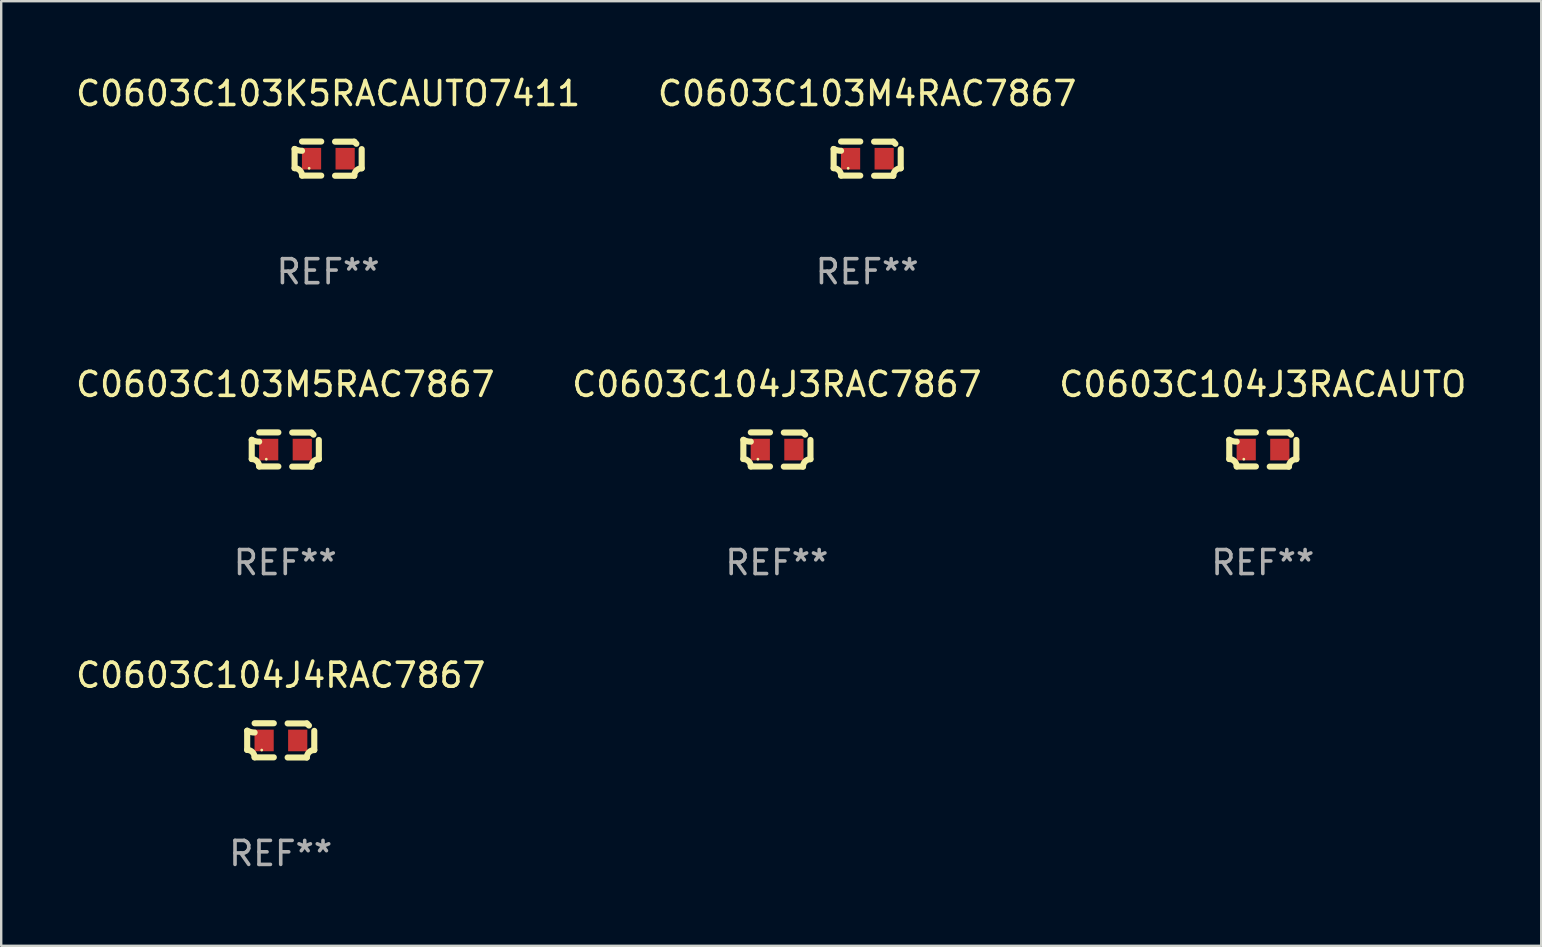
<source format=kicad_pcb>
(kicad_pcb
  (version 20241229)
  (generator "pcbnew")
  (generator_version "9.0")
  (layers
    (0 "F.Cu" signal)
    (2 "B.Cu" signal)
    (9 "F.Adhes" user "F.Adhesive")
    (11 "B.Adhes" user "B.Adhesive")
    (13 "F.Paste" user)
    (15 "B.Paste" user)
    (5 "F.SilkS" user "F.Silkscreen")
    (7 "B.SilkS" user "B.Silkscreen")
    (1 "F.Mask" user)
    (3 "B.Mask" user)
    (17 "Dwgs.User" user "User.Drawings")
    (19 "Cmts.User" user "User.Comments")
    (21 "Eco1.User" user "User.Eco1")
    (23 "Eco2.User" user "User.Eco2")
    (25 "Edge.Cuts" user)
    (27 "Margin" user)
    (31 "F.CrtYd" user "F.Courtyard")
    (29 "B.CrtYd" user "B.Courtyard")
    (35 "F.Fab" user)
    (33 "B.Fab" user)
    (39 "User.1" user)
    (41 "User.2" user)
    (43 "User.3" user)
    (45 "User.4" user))
  (footprint "C0603C104J3RACAUTO"
    (layer "F.Cu")
    (at 49.577 15.683)
    (property "Reference" "C0603C104J3RACAUTO" (at 0 -2.713 0) (layer "F.SilkS") (effects (font (size 1 1) (thickness 0.15))))
    (attr through_hole)
    (fp_line (start -1.398 -0.403) (end -1.398 0.397) (stroke (width 0.254) (type solid)) (layer "F.SilkS"))
    (fp_line (start -0.288 -0.713) (end -1.088 -0.713) (stroke (width 0.254) (type solid)) (layer "F.SilkS"))
    (fp_line (start -0.288 0.707) (end -1.088 0.707) (stroke (width 0.254) (type solid)) (layer "F.SilkS"))
    (fp_line (start 0.288 -0.707) (end 1.088 -0.707) (stroke (width 0.254) (type solid)) (layer "F.SilkS"))
    (fp_line (start 0.288 0.713) (end 1.088 0.713) (stroke (width 0.254) (type solid)) (layer "F.SilkS"))
    (fp_line (start 1.398 -0.397) (end 1.398 0.403) (stroke (width 0.254) (type solid)) (layer "F.SilkS"))
    (fp_arc (start -1.397789 0.397066) (mid -1.178701 0.487826) (end -1.08796 0.706922) (stroke (width 0.254001) (type solid)) (layer "F.SilkS"))
    (fp_arc (start -1.08796 -0.327176) (mid -1.247436 -0.346384) (end -1.39779 -0.402908) (stroke (width 0.254001) (type solid)) (layer "F.SilkS"))
    (fp_arc (start 1.087909 0.712738) (mid 1.178656 0.493655) (end 1.397739 0.402908) (stroke (width 0.254001) (type solid)) (layer "F.SilkS"))
    (fp_arc (start 1.175925 -0.618926) (mid 1.131917 -0.662923) (end 1.08791 -0.706922) (stroke (width 0.254001) (type solid)) (layer "F.SilkS"))
    (fp_circle (center -0.792 0.403) (end -0.762 0.403) (stroke (width 0.06) (type solid)) (fill no) (layer "F.SilkS"))
    (fp_text user "REF**" (at 0 4.713 0) (layer "F.Fab") (effects (font (size 1 1) (thickness 0.15))))
    (pad "1" smd rect (at -0.692 0.003) (size 0.8 0.9) (layers "F.Cu" "F.Mask" "F.Paste"))
    (pad "2" smd rect (at 0.708 0.003) (size 0.8 0.9) (layers "F.Cu" "F.Mask" "F.Paste")))
  (footprint "C0603C104J3RAC7867"
    (layer "F.Cu")
    (at 29.327 15.683)
    (property "Reference" "C0603C104J3RAC7867" (at 0 -2.713 0) (layer "F.SilkS") (effects (font (size 1 1) (thickness 0.15))))
    (attr through_hole)
    (fp_line (start -1.398 -0.403) (end -1.398 0.397) (stroke (width 0.254) (type solid)) (layer "F.SilkS"))
    (fp_line (start -0.288 -0.713) (end -1.088 -0.713) (stroke (width 0.254) (type solid)) (layer "F.SilkS"))
    (fp_line (start -0.288 0.707) (end -1.088 0.707) (stroke (width 0.254) (type solid)) (layer "F.SilkS"))
    (fp_line (start 0.288 -0.707) (end 1.088 -0.707) (stroke (width 0.254) (type solid)) (layer "F.SilkS"))
    (fp_line (start 0.288 0.713) (end 1.088 0.713) (stroke (width 0.254) (type solid)) (layer "F.SilkS"))
    (fp_line (start 1.398 -0.397) (end 1.398 0.403) (stroke (width 0.254) (type solid)) (layer "F.SilkS"))
    (fp_arc (start -1.397789 0.397066) (mid -1.178701 0.487826) (end -1.08796 0.706922) (stroke (width 0.254001) (type solid)) (layer "F.SilkS"))
    (fp_arc (start -1.08796 -0.327176) (mid -1.247436 -0.346384) (end -1.39779 -0.402908) (stroke (width 0.254001) (type solid)) (layer "F.SilkS"))
    (fp_arc (start 1.087909 0.712738) (mid 1.178656 0.493655) (end 1.397739 0.402908) (stroke (width 0.254001) (type solid)) (layer "F.SilkS"))
    (fp_arc (start 1.175925 -0.618926) (mid 1.131917 -0.662923) (end 1.08791 -0.706922) (stroke (width 0.254001) (type solid)) (layer "F.SilkS"))
    (fp_circle (center -0.792 0.403) (end -0.762 0.403) (stroke (width 0.06) (type solid)) (fill no) (layer "F.SilkS"))
    (fp_text user "REF**" (at 0 4.713 0) (layer "F.Fab") (effects (font (size 1 1) (thickness 0.15))))
    (pad "1" smd rect (at -0.692 0.003) (size 0.8 0.9) (layers "F.Cu" "F.Mask" "F.Paste"))
    (pad "2" smd rect (at 0.708 0.003) (size 0.8 0.9) (layers "F.Cu" "F.Mask" "F.Paste")))
  (footprint "C0603C103M5RAC7867"
    (layer "F.Cu")
    (at 8.839 15.683)
    (property "Reference" "C0603C103M5RAC7867" (at 0 -2.713 0) (layer "F.SilkS") (effects (font (size 1 1) (thickness 0.15))))
    (attr through_hole)
    (fp_line (start -1.398 -0.403) (end -1.398 0.397) (stroke (width 0.254) (type solid)) (layer "F.SilkS"))
    (fp_line (start -0.288 -0.713) (end -1.088 -0.713) (stroke (width 0.254) (type solid)) (layer "F.SilkS"))
    (fp_line (start -0.288 0.707) (end -1.088 0.707) (stroke (width 0.254) (type solid)) (layer "F.SilkS"))
    (fp_line (start 0.288 -0.707) (end 1.088 -0.707) (stroke (width 0.254) (type solid)) (layer "F.SilkS"))
    (fp_line (start 0.288 0.713) (end 1.088 0.713) (stroke (width 0.254) (type solid)) (layer "F.SilkS"))
    (fp_line (start 1.398 -0.397) (end 1.398 0.403) (stroke (width 0.254) (type solid)) (layer "F.SilkS"))
    (fp_arc (start -1.397789 0.397066) (mid -1.178701 0.487826) (end -1.08796 0.706922) (stroke (width 0.254001) (type solid)) (layer "F.SilkS"))
    (fp_arc (start -1.08796 -0.327176) (mid -1.247436 -0.346384) (end -1.39779 -0.402908) (stroke (width 0.254001) (type solid)) (layer "F.SilkS"))
    (fp_arc (start 1.087909 0.712738) (mid 1.178656 0.493655) (end 1.397739 0.402908) (stroke (width 0.254001) (type solid)) (layer "F.SilkS"))
    (fp_arc (start 1.175925 -0.618926) (mid 1.131917 -0.662923) (end 1.08791 -0.706922) (stroke (width 0.254001) (type solid)) (layer "F.SilkS"))
    (fp_circle (center -0.792 0.403) (end -0.762 0.403) (stroke (width 0.06) (type solid)) (fill no) (layer "F.SilkS"))
    (fp_text user "REF**" (at 0 4.713 0) (layer "F.Fab") (effects (font (size 1 1) (thickness 0.15))))
    (pad "1" smd rect (at -0.692 0.003) (size 0.8 0.9) (layers "F.Cu" "F.Mask" "F.Paste"))
    (pad "2" smd rect (at 0.708 0.003) (size 0.8 0.9) (layers "F.Cu" "F.Mask" "F.Paste")))
  (footprint "C0603C103M4RAC7867"
    (layer "F.Cu")
    (at 33.089 3.561)
    (property "Reference" "C0603C103M4RAC7867" (at 0 -2.713 0) (layer "F.SilkS") (effects (font (size 1 1) (thickness 0.15))))
    (attr through_hole)
    (fp_line (start -1.398 -0.403) (end -1.398 0.397) (stroke (width 0.254) (type solid)) (layer "F.SilkS"))
    (fp_line (start -0.288 -0.713) (end -1.088 -0.713) (stroke (width 0.254) (type solid)) (layer "F.SilkS"))
    (fp_line (start -0.288 0.707) (end -1.088 0.707) (stroke (width 0.254) (type solid)) (layer "F.SilkS"))
    (fp_line (start 0.288 -0.707) (end 1.088 -0.707) (stroke (width 0.254) (type solid)) (layer "F.SilkS"))
    (fp_line (start 0.288 0.713) (end 1.088 0.713) (stroke (width 0.254) (type solid)) (layer "F.SilkS"))
    (fp_line (start 1.398 -0.397) (end 1.398 0.403) (stroke (width 0.254) (type solid)) (layer "F.SilkS"))
    (fp_arc (start -1.397789 0.397066) (mid -1.178701 0.487826) (end -1.08796 0.706922) (stroke (width 0.254001) (type solid)) (layer "F.SilkS"))
    (fp_arc (start -1.08796 -0.327176) (mid -1.247436 -0.346384) (end -1.39779 -0.402908) (stroke (width 0.254001) (type solid)) (layer "F.SilkS"))
    (fp_arc (start 1.087909 0.712738) (mid 1.178656 0.493655) (end 1.397739 0.402908) (stroke (width 0.254001) (type solid)) (layer "F.SilkS"))
    (fp_arc (start 1.175925 -0.618926) (mid 1.131917 -0.662923) (end 1.08791 -0.706922) (stroke (width 0.254001) (type solid)) (layer "F.SilkS"))
    (fp_circle (center -0.792 0.403) (end -0.762 0.403) (stroke (width 0.06) (type solid)) (fill no) (layer "F.SilkS"))
    (fp_text user "REF**" (at 0 4.713 0) (layer "F.Fab") (effects (font (size 1 1) (thickness 0.15))))
    (pad "1" smd rect (at -0.692 0.003) (size 0.8 0.9) (layers "F.Cu" "F.Mask" "F.Paste"))
    (pad "2" smd rect (at 0.708 0.003) (size 0.8 0.9) (layers "F.Cu" "F.Mask" "F.Paste")))
  (footprint "C0603C103K5RACAUTO7411"
    (layer "F.Cu")
    (at 10.625 3.561)
    (property "Reference" "C0603C103K5RACAUTO7411" (at 0 -2.713 0) (layer "F.SilkS") (effects (font (size 1 1) (thickness 0.15))))
    (attr through_hole)
    (fp_line (start -1.398 -0.403) (end -1.398 0.397) (stroke (width 0.254) (type solid)) (layer "F.SilkS"))
    (fp_line (start -0.288 -0.713) (end -1.088 -0.713) (stroke (width 0.254) (type solid)) (layer "F.SilkS"))
    (fp_line (start -0.288 0.707) (end -1.088 0.707) (stroke (width 0.254) (type solid)) (layer "F.SilkS"))
    (fp_line (start 0.288 -0.707) (end 1.088 -0.707) (stroke (width 0.254) (type solid)) (layer "F.SilkS"))
    (fp_line (start 0.288 0.713) (end 1.088 0.713) (stroke (width 0.254) (type solid)) (layer "F.SilkS"))
    (fp_line (start 1.398 -0.397) (end 1.398 0.403) (stroke (width 0.254) (type solid)) (layer "F.SilkS"))
    (fp_arc (start -1.397789 0.397066) (mid -1.178701 0.487826) (end -1.08796 0.706922) (stroke (width 0.254001) (type solid)) (layer "F.SilkS"))
    (fp_arc (start -1.08796 -0.327176) (mid -1.247436 -0.346384) (end -1.39779 -0.402908) (stroke (width 0.254001) (type solid)) (layer "F.SilkS"))
    (fp_arc (start 1.087909 0.712738) (mid 1.178656 0.493655) (end 1.397739 0.402908) (stroke (width 0.254001) (type solid)) (layer "F.SilkS"))
    (fp_arc (start 1.175925 -0.618926) (mid 1.131917 -0.662923) (end 1.08791 -0.706922) (stroke (width 0.254001) (type solid)) (layer "F.SilkS"))
    (fp_circle (center -0.792 0.403) (end -0.762 0.403) (stroke (width 0.06) (type solid)) (fill no) (layer "F.SilkS"))
    (fp_text user "REF**" (at 0 4.713 0) (layer "F.Fab") (effects (font (size 1 1) (thickness 0.15))))
    (pad "1" smd rect (at -0.692 0.003) (size 0.8 0.9) (layers "F.Cu" "F.Mask" "F.Paste"))
    (pad "2" smd rect (at 0.708 0.003) (size 0.8 0.9) (layers "F.Cu" "F.Mask" "F.Paste")))
  (footprint "C0603C104J4RAC7867"
    (layer "F.Cu")
    (at 8.649 27.805)
    (property "Reference" "C0603C104J4RAC7867" (at 0 -2.713 0) (layer "F.SilkS") (effects (font (size 1 1) (thickness 0.15))))
    (attr through_hole)
    (fp_line (start -1.398 -0.403) (end -1.398 0.397) (stroke (width 0.254) (type solid)) (layer "F.SilkS"))
    (fp_line (start -0.288 -0.713) (end -1.088 -0.713) (stroke (width 0.254) (type solid)) (layer "F.SilkS"))
    (fp_line (start -0.288 0.707) (end -1.088 0.707) (stroke (width 0.254) (type solid)) (layer "F.SilkS"))
    (fp_line (start 0.288 -0.707) (end 1.088 -0.707) (stroke (width 0.254) (type solid)) (layer "F.SilkS"))
    (fp_line (start 0.288 0.713) (end 1.088 0.713) (stroke (width 0.254) (type solid)) (layer "F.SilkS"))
    (fp_line (start 1.398 -0.397) (end 1.398 0.403) (stroke (width 0.254) (type solid)) (layer "F.SilkS"))
    (fp_arc (start -1.397789 0.397066) (mid -1.178701 0.487826) (end -1.08796 0.706922) (stroke (width 0.254001) (type solid)) (layer "F.SilkS"))
    (fp_arc (start -1.08796 -0.327176) (mid -1.247436 -0.346384) (end -1.39779 -0.402908) (stroke (width 0.254001) (type solid)) (layer "F.SilkS"))
    (fp_arc (start 1.087909 0.712738) (mid 1.178656 0.493655) (end 1.397739 0.402908) (stroke (width 0.254001) (type solid)) (layer "F.SilkS"))
    (fp_arc (start 1.175925 -0.618926) (mid 1.131917 -0.662923) (end 1.08791 -0.706922) (stroke (width 0.254001) (type solid)) (layer "F.SilkS"))
    (fp_circle (center -0.792 0.403) (end -0.762 0.403) (stroke (width 0.06) (type solid)) (fill no) (layer "F.SilkS"))
    (fp_text user "REF**" (at 0 4.713 0) (layer "F.Fab") (effects (font (size 1 1) (thickness 0.15))))
    (pad "1" smd rect (at -0.692 0.003) (size 0.8 0.9) (layers "F.Cu" "F.Mask" "F.Paste"))
    (pad "2" smd rect (at 0.708 0.003) (size 0.8 0.9) (layers "F.Cu" "F.Mask" "F.Paste")))
  (gr_rect
    (start -3 -3)
    (end 61.179 36.366)
    (stroke (width 0.1) (type default))
    (fill no)
    (layer "Edge.Cuts")))
</source>
